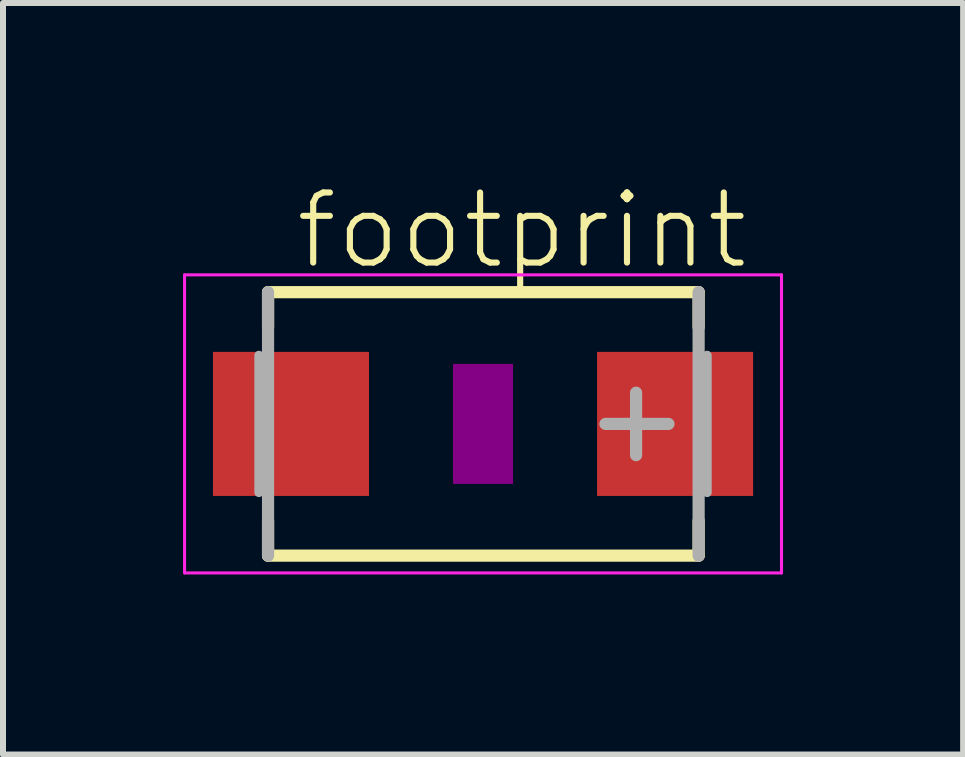
<source format=kicad_pcb>
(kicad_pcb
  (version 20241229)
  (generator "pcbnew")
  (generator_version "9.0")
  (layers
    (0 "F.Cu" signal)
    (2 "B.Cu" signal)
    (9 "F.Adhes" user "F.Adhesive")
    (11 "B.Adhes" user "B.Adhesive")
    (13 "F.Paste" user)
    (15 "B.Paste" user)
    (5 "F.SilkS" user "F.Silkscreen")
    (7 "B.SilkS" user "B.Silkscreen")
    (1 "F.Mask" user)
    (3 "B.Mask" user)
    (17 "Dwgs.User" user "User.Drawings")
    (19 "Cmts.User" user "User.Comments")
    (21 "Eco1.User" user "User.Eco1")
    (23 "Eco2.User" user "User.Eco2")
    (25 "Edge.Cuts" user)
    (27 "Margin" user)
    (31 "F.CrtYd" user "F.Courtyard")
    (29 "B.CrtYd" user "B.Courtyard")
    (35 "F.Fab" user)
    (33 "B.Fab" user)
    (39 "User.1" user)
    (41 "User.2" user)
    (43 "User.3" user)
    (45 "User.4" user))
  (footprint "footprint"
    (layer "F.Cu")
    (at 4.998 4.013)
    (property "Reference" "footprint" (at -3.175 -2.54 0) (layer "F.SilkS") (effects (font (size 1.168 1.168) (thickness 0.102)) (justify left bottom)))
    (fp_line (start -3.582 -2.195) (end -3.582 -1.615) (stroke (width 0.203) (type solid)) (layer "F.SilkS"))
    (fp_line (start -3.582 -2.195) (end 3.592 -2.195) (stroke (width 0.203) (type solid)) (layer "F.SilkS"))
    (fp_line (start -3.582 1.615) (end -3.582 2.195) (stroke (width 0.203) (type solid)) (layer "F.SilkS"))
    (fp_line (start -3.582 2.195) (end 3.592 2.195) (stroke (width 0.203) (type solid)) (layer "F.SilkS"))
    (fp_line (start 3.592 -2.195) (end 3.592 -1.615) (stroke (width 0.203) (type solid)) (layer "F.SilkS"))
    (fp_line (start 3.592 1.615) (end 3.592 2.195) (stroke (width 0.203) (type solid)) (layer "F.SilkS"))
    (fp_poly (pts (xy -0.5 1) (xy 0.5 1) (xy 0.5 -1) (xy -0.5 -1)) (stroke (width 0) (type solid)) (fill yes) (layer "F.Adhes"))
    (fp_line (start -4.973 -2.483) (end 4.973 -2.483) (stroke (width 0.051) (type solid)) (layer "F.CrtYd"))
    (fp_line (start -4.973 2.483) (end -4.973 -2.483) (stroke (width 0.051) (type solid)) (layer "F.CrtYd"))
    (fp_line (start 4.973 -2.483) (end 4.973 2.483) (stroke (width 0.051) (type solid)) (layer "F.CrtYd"))
    (fp_line (start 4.973 2.483) (end -4.973 2.483) (stroke (width 0.051) (type solid)) (layer "F.CrtYd"))
    (fp_line (start -3.734 1.143) (end -3.734 -1.143) (stroke (width 0.152) (type solid)) (layer "F.Fab"))
    (fp_line (start -3.582 -2.195) (end -3.582 2.195) (stroke (width 0.203) (type solid)) (layer "F.Fab"))
    (fp_line (start 2.04 0) (end 3.09 0) (stroke (width 0.203) (type solid)) (layer "F.Fab"))
    (fp_line (start 2.55 0.52) (end 2.55 -0.52) (stroke (width 0.203) (type solid)) (layer "F.Fab"))
    (fp_line (start 3.592 -2.195) (end 3.592 2.195) (stroke (width 0.203) (type solid)) (layer "F.Fab"))
    (fp_line (start 3.734 1.143) (end 3.734 -1.143) (stroke (width 0.152) (type solid)) (layer "F.Fab"))
    (pad "+" smd rect (at 3.2 0) (size 2.6 2.4) (layers "F.Cu" "F.Mask" "F.Paste"))
    (pad "-" smd rect (at -3.2 0) (size 2.6 2.4) (layers "F.Cu" "F.Mask" "F.Paste")))
  (gr_rect
    (start -3 -3)
    (end 12.997 9.522)
    (stroke (width 0.1) (type default))
    (fill no)
    (layer "Edge.Cuts")))
</source>
